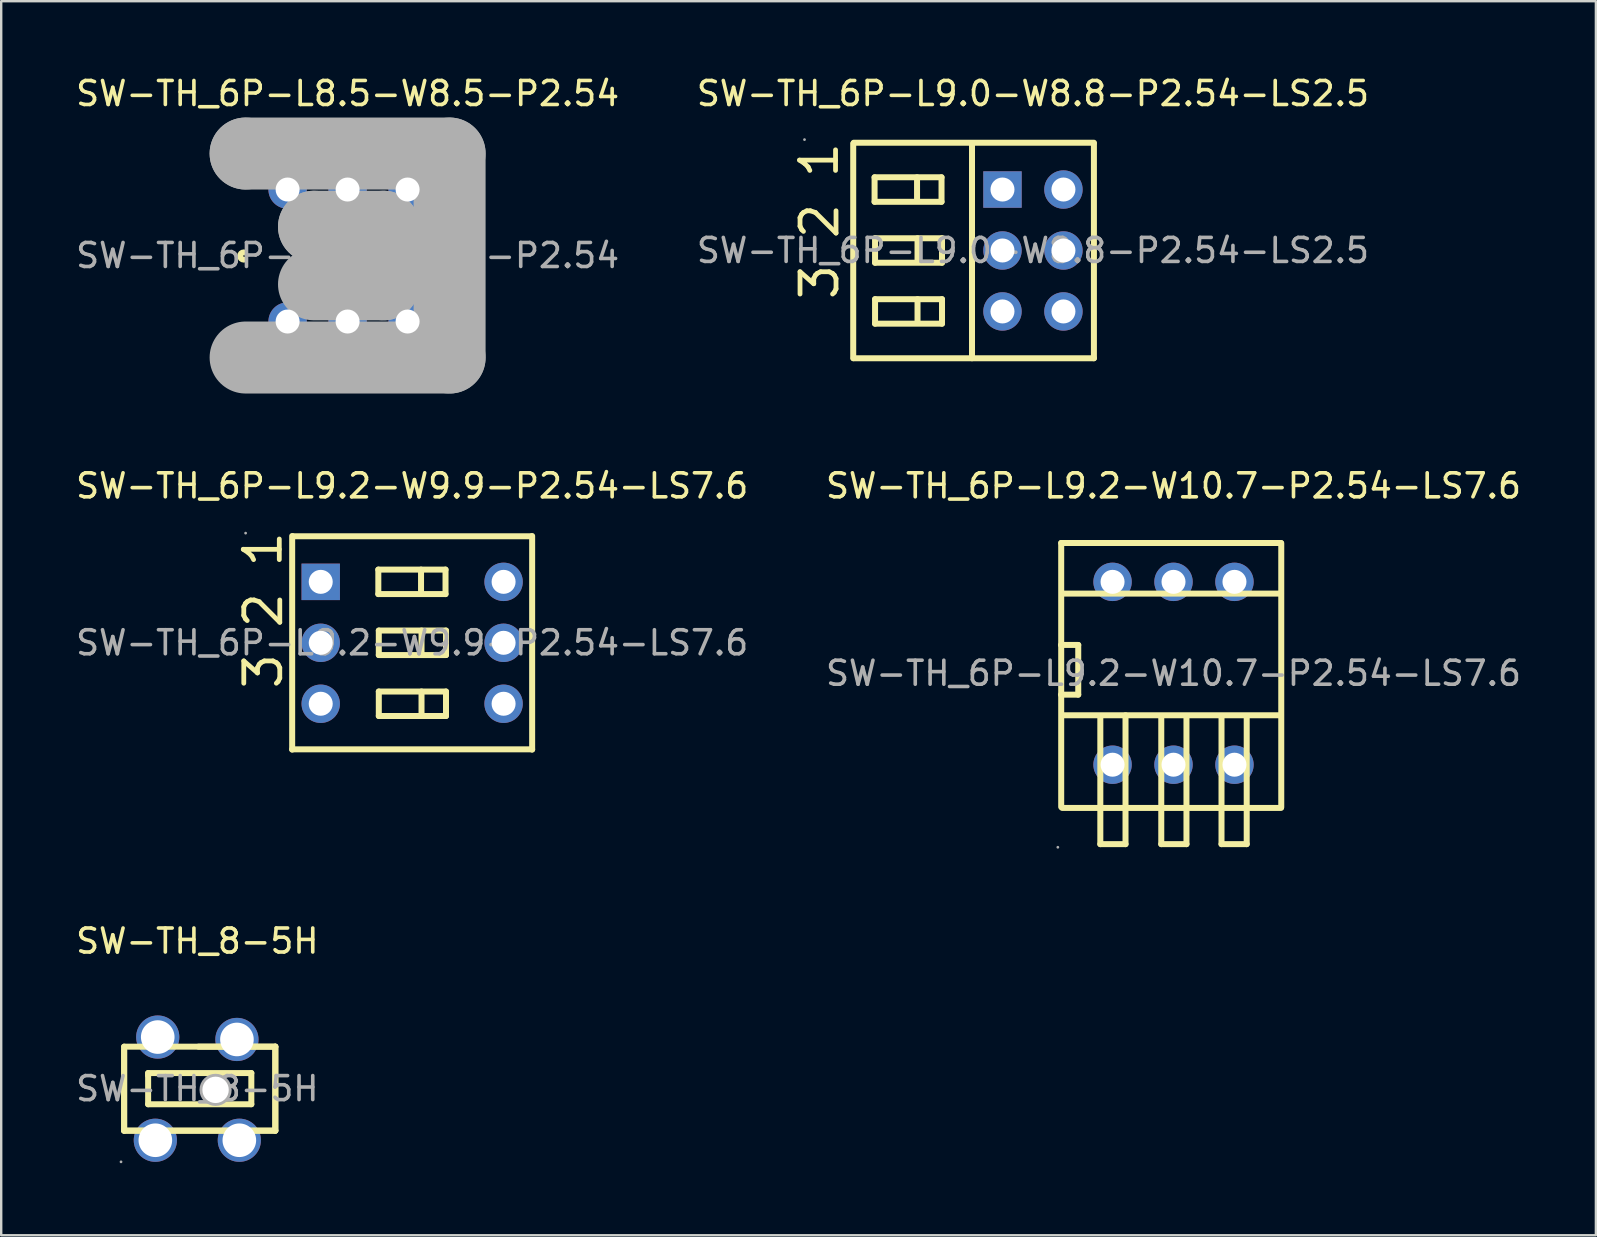
<source format=kicad_pcb>
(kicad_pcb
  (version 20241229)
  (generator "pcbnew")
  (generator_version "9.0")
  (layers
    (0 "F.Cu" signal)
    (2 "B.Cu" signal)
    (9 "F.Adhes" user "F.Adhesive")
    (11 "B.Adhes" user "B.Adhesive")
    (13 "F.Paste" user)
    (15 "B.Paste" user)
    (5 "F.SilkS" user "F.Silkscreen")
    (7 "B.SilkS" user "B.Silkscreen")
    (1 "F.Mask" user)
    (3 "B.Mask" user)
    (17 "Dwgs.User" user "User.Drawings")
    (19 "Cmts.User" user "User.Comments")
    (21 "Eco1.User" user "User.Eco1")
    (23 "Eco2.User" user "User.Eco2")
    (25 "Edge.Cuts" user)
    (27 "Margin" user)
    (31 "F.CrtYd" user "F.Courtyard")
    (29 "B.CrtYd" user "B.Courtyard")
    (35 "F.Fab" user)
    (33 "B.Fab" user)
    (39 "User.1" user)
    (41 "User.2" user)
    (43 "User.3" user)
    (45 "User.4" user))
  (footprint "SW-TH_8-5H"
    (layer "F.Cu")
    (at 5.173 42.315)
    (property "Reference" "SW-TH_8-5H" (at 0 -6.15 0) (layer "F.SilkS") (effects (font (size 1 1) (thickness 0.15))))
    (attr through_hole)
    (fp_line (start -3.05 -1.75) (end 3.25 -1.75) (stroke (width 0.25) (type solid)) (layer "F.SilkS"))
    (fp_line (start -3.05 1.75) (end -3.05 -1.75) (stroke (width 0.25) (type solid)) (layer "F.SilkS"))
    (fp_line (start -3.05 1.75) (end -3.05 -1.62) (stroke (width 0.25) (type solid)) (layer "F.SilkS"))
    (fp_line (start -2.05 -0.65) (end 2.25 -0.65) (stroke (width 0.25) (type solid)) (layer "F.SilkS"))
    (fp_line (start -2.05 -0.55) (end -2.05 -0.65) (stroke (width 0.25) (type solid)) (layer "F.SilkS"))
    (fp_line (start -2.05 0.65) (end -2.05 -0.55) (stroke (width 0.25) (type solid)) (layer "F.SilkS"))
    (fp_line (start 0.05 -1.75) (end 3.25 -1.75) (stroke (width 0.25) (type solid)) (layer "F.SilkS"))
    (fp_line (start 2.25 -0.65) (end 2.25 0.65) (stroke (width 0.25) (type solid)) (layer "F.SilkS"))
    (fp_line (start 2.25 0.65) (end -2.05 0.65) (stroke (width 0.25) (type solid)) (layer "F.SilkS"))
    (fp_line (start 3.25 -1.75) (end 3.25 1.75) (stroke (width 0.25) (type solid)) (layer "F.SilkS"))
    (fp_line (start 3.25 -1.75) (end 3.25 1.75) (stroke (width 0.25) (type solid)) (layer "F.SilkS"))
    (fp_line (start 3.25 1.75) (end -3.05 1.75) (stroke (width 0.25) (type solid)) (layer "F.SilkS"))
    (fp_line (start 3.25 1.75) (end -3.05 1.75) (stroke (width 0.25) (type solid)) (layer "F.SilkS"))
    (fp_circle (center -3.18 3.05) (end -3.15 3.05) (stroke (width 0.06) (type solid)) (fill no) (layer "F.Fab"))
    (fp_circle (center -1.75 2.15) (end -1.45 2.15) (stroke (width 0.6) (type solid)) (fill no) (layer "F.Fab"))
    (fp_circle (center -1.65 -2.15) (end -1.35 -2.15) (stroke (width 0.6) (type solid)) (fill no) (layer "F.Fab"))
    (fp_circle (center 0.76 0.05) (end 0.98 0.05) (stroke (width 0.45) (type solid)) (fill no) (layer "F.Fab"))
    (fp_circle (center 1.65 -2.05) (end 1.95 -2.05) (stroke (width 0.6) (type solid)) (fill no) (layer "F.Fab"))
    (fp_circle (center 1.75 2.15) (end 2.05 2.15) (stroke (width 0.6) (type solid)) (fill no) (layer "F.Fab"))
    (fp_text user "${REFERENCE}" (at 0 0 0) (layer "F.Fab") (effects (font (size 1 1) (thickness 0.15))))
    (pad "" thru_hole circle (at 0.76 0.05) (size 1.1 1.1) (drill 1.1) (layers "*.Cu" "*.Mask"))
    (pad "1" thru_hole circle (at -1.75 2.15) (size 1.8 1.8) (drill 1.4) (layers "*.Cu" "*.Paste" "*.Mask"))
    (pad "1" thru_hole circle (at -1.65 -2.15) (size 1.8 1.8) (drill 1.4) (layers "*.Cu" "*.Paste" "*.Mask"))
    (pad "2" thru_hole circle (at 1.65 -2.05) (size 1.8 1.8) (drill 1.4) (layers "*.Cu" "*.Paste" "*.Mask"))
    (pad "2" thru_hole circle (at 1.75 2.15) (size 1.8 1.8) (drill 1.4) (layers "*.Cu" "*.Paste" "*.Mask")))
  (footprint "SW-TH_6P-L9.2-W9.9-P2.54-LS7.6"
    (layer "F.Cu")
    (at 14.125 23.736)
    (property "Reference" "SW-TH_6P-L9.2-W9.9-P2.54-LS7.6" (at 0 -6.54 0) (layer "F.SilkS") (effects (font (size 1 1) (thickness 0.15))))
    (attr through_hole)
    (fp_line (start -5 -4.45) (end -5 4.45) (stroke (width 0.25) (type solid)) (layer "F.SilkS"))
    (fp_line (start -5 4.44) (end 5 4.44) (stroke (width 0.25) (type solid)) (layer "F.SilkS"))
    (fp_line (start -4.95 -4.44) (end 4.95 -4.44) (stroke (width 0.25) (type solid)) (layer "F.SilkS"))
    (fp_line (start -1.41 -3.05) (end -1.41 -2.03) (stroke (width 0.25) (type solid)) (layer "F.SilkS"))
    (fp_line (start -1.41 -2.03) (end 1.39 -2.03) (stroke (width 0.25) (type solid)) (layer "F.SilkS"))
    (fp_line (start -1.39 -0.51) (end -1.39 0.51) (stroke (width 0.25) (type solid)) (layer "F.SilkS"))
    (fp_line (start -1.39 0.51) (end 1.41 0.51) (stroke (width 0.25) (type solid)) (layer "F.SilkS"))
    (fp_line (start -1.39 2.03) (end -1.39 3.05) (stroke (width 0.25) (type solid)) (layer "F.SilkS"))
    (fp_line (start -1.39 3.05) (end 1.41 3.05) (stroke (width 0.25) (type solid)) (layer "F.SilkS"))
    (fp_line (start 0.37 -3.05) (end 0.37 -2.16) (stroke (width 0.25) (type solid)) (layer "F.SilkS"))
    (fp_line (start 0.39 -0.51) (end 0.39 0.38) (stroke (width 0.25) (type solid)) (layer "F.SilkS"))
    (fp_line (start 0.39 2.03) (end 0.39 2.92) (stroke (width 0.25) (type solid)) (layer "F.SilkS"))
    (fp_line (start 1.39 -3.05) (end -1.41 -3.05) (stroke (width 0.25) (type solid)) (layer "F.SilkS"))
    (fp_line (start 1.39 -2.03) (end 1.39 -3.05) (stroke (width 0.25) (type solid)) (layer "F.SilkS"))
    (fp_line (start 1.41 -0.51) (end -1.39 -0.51) (stroke (width 0.25) (type solid)) (layer "F.SilkS"))
    (fp_line (start 1.41 0.51) (end 1.41 -0.51) (stroke (width 0.25) (type solid)) (layer "F.SilkS"))
    (fp_line (start 1.41 2.03) (end -1.39 2.03) (stroke (width 0.25) (type solid)) (layer "F.SilkS"))
    (fp_line (start 1.41 3.05) (end 1.41 2.03) (stroke (width 0.25) (type solid)) (layer "F.SilkS"))
    (fp_line (start 5 -4.45) (end 5 4.45) (stroke (width 0.25) (type solid)) (layer "F.SilkS"))
    (fp_circle (center -6.94 -4.57) (end -6.91 -4.57) (stroke (width 0.06) (type solid)) (fill no) (layer "F.Fab"))
    (fp_circle (center -3.81 -2.54) (end -3.61 -2.54) (stroke (width 0.4) (type solid)) (fill no) (layer "F.Fab"))
    (fp_circle (center -3.81 0) (end -3.61 0) (stroke (width 0.4) (type solid)) (fill no) (layer "F.Fab"))
    (fp_circle (center -3.81 2.54) (end -3.61 2.54) (stroke (width 0.4) (type solid)) (fill no) (layer "F.Fab"))
    (fp_circle (center 3.81 -2.54) (end 4.01 -2.54) (stroke (width 0.4) (type solid)) (fill no) (layer "F.Fab"))
    (fp_circle (center 3.81 0) (end 4.01 0) (stroke (width 0.4) (type solid)) (fill no) (layer "F.Fab"))
    (fp_circle (center 3.81 2.54) (end 4.01 2.54) (stroke (width 0.4) (type solid)) (fill no) (layer "F.Fab"))
    (fp_text user "2" (at -6.2 -0.51 270) (layer "F.SilkS") (effects (font (size 1.5 1.5) (thickness 0.2)) (justify left)))
    (fp_text user "3" (at -6.2 2.03 270) (layer "F.SilkS") (effects (font (size 1.5 1.5) (thickness 0.2)) (justify left)))
    (fp_text user "1" (at -6.22 -3.05 270) (layer "F.SilkS") (effects (font (size 1.5 1.5) (thickness 0.2)) (justify left)))
    (fp_text user "${REFERENCE}" (at 0 0 0) (layer "F.Fab") (effects (font (size 1 1) (thickness 0.15))))
    (pad "1" thru_hole rect (at -3.81 -2.54) (size 1.6 1.52) (drill 1) (layers "*.Cu" "*.Paste" "*.Mask"))
    (pad "2" thru_hole circle (at -3.81 0) (size 1.6 1.6) (drill 1) (layers "*.Cu" "*.Paste" "*.Mask"))
    (pad "3" thru_hole circle (at -3.81 2.54) (size 1.6 1.6) (drill 1) (layers "*.Cu" "*.Paste" "*.Mask"))
    (pad "4" thru_hole circle (at 3.81 2.54) (size 1.6 1.6) (drill 1) (layers "*.Cu" "*.Paste" "*.Mask"))
    (pad "5" thru_hole circle (at 3.81 0) (size 1.6 1.6) (drill 1) (layers "*.Cu" "*.Paste" "*.Mask"))
    (pad "6" thru_hole circle (at 3.81 -2.54) (size 1.6 1.6) (drill 1) (layers "*.Cu" "*.Paste" "*.Mask")))
  (footprint "SW-TH_6P-L9.2-W10.7-P2.54-LS7.6"
    (layer "F.Cu")
    (at 45.851 25.006)
    (property "Reference" "SW-TH_6P-L9.2-W10.7-P2.54-LS7.6" (at 0 -7.81 0) (layer "F.SilkS") (effects (font (size 1 1) (thickness 0.15))))
    (attr through_hole)
    (fp_line (start -4.69 -1.18) (end -3.97 -1.18) (stroke (width 0.25) (type solid)) (layer "F.SilkS"))
    (fp_line (start -4.68 -5.43) (end -4.68 5.57) (stroke (width 0.25) (type solid)) (layer "F.SilkS"))
    (fp_line (start -4.68 -5.43) (end 4.48 -5.43) (stroke (width 0.25) (type solid)) (layer "F.SilkS"))
    (fp_line (start -4.64 1.75) (end 4.48 1.75) (stroke (width 0.25) (type solid)) (layer "F.SilkS"))
    (fp_line (start -4.63 -3.32) (end 4.48 -3.32) (stroke (width 0.25) (type solid)) (layer "F.SilkS"))
    (fp_line (start -3.97 -1.18) (end -3.97 0.89) (stroke (width 0.25) (type solid)) (layer "F.SilkS"))
    (fp_line (start -3.97 0.89) (end -4.69 0.89) (stroke (width 0.25) (type solid)) (layer "F.SilkS"))
    (fp_line (start -3.05 1.78) (end -3.05 7.12) (stroke (width 0.25) (type solid)) (layer "F.SilkS"))
    (fp_line (start -3.05 7.12) (end -2 7.12) (stroke (width 0.25) (type solid)) (layer "F.SilkS"))
    (fp_line (start -2 7.12) (end -2 1.75) (stroke (width 0.25) (type solid)) (layer "F.SilkS"))
    (fp_line (start -0.51 1.83) (end -0.51 7.12) (stroke (width 0.25) (type solid)) (layer "F.SilkS"))
    (fp_line (start -0.51 7.12) (end 0.54 7.12) (stroke (width 0.25) (type solid)) (layer "F.SilkS"))
    (fp_line (start 0.54 7.12) (end 0.54 1.8) (stroke (width 0.25) (type solid)) (layer "F.SilkS"))
    (fp_line (start 2 1.84) (end 2 7.12) (stroke (width 0.25) (type solid)) (layer "F.SilkS"))
    (fp_line (start 2 7.12) (end 3.05 7.12) (stroke (width 0.25) (type solid)) (layer "F.SilkS"))
    (fp_line (start 3.05 7.12) (end 3.05 1.81) (stroke (width 0.25) (type solid)) (layer "F.SilkS"))
    (fp_line (start 4.48 5.61) (end -4.64 5.61) (stroke (width 0.25) (type solid)) (layer "F.SilkS"))
    (fp_line (start 4.49 5.58) (end 4.49 -5.42) (stroke (width 0.25) (type solid)) (layer "F.SilkS"))
    (fp_circle (center -4.82 7.25) (end -4.79 7.25) (stroke (width 0.06) (type solid)) (fill no) (layer "F.Fab"))
    (fp_circle (center -2.54 -3.81) (end -2.34 -3.81) (stroke (width 0.4) (type solid)) (fill no) (layer "F.Fab"))
    (fp_circle (center -2.54 3.81) (end -2.34 3.81) (stroke (width 0.4) (type solid)) (fill no) (layer "F.Fab"))
    (fp_circle (center 0 -3.81) (end 0.2 -3.81) (stroke (width 0.4) (type solid)) (fill no) (layer "F.Fab"))
    (fp_circle (center 0 3.81) (end 0.2 3.81) (stroke (width 0.4) (type solid)) (fill no) (layer "F.Fab"))
    (fp_circle (center 2.54 -3.81) (end 2.74 -3.81) (stroke (width 0.4) (type solid)) (fill no) (layer "F.Fab"))
    (fp_circle (center 2.54 3.81) (end 2.74 3.81) (stroke (width 0.4) (type solid)) (fill no) (layer "F.Fab"))
    (fp_text user "${REFERENCE}" (at 0 0 0) (layer "F.Fab") (effects (font (size 1 1) (thickness 0.15))))
    (pad "1" thru_hole circle (at -2.54 3.81) (size 1.6 1.6) (drill 1) (layers "*.Cu" "*.Paste" "*.Mask"))
    (pad "2" thru_hole circle (at 0 3.81) (size 1.6 1.6) (drill 1) (layers "*.Cu" "*.Paste" "*.Mask"))
    (pad "3" thru_hole circle (at 2.54 3.81) (size 1.6 1.6) (drill 1) (layers "*.Cu" "*.Paste" "*.Mask"))
    (pad "4" thru_hole circle (at 2.54 -3.81) (size 1.6 1.6) (drill 1) (layers "*.Cu" "*.Paste" "*.Mask"))
    (pad "5" thru_hole circle (at 0 -3.81) (size 1.6 1.6) (drill 1) (layers "*.Cu" "*.Paste" "*.Mask"))
    (pad "6" thru_hole circle (at -2.54 -3.81) (size 1.6 1.6) (drill 1) (layers "*.Cu" "*.Paste" "*.Mask")))
  (footprint "SW-TH_6P-L8.5-W8.5-P2.54"
    (layer "F.Cu")
    (at 11.435 7.598)
    (property "Reference" "SW-TH_6P-L8.5-W8.5-P2.54" (at 0 -6.75 0) (layer "F.SilkS") (effects (font (size 1 1) (thickness 0.15))))
    (attr through_hole)
    (fp_arc (start -4.33 0.17) (mid -4.48 0.02) (end -4.33 -0.13) (stroke (width 0.25) (type solid)) (layer "F.SilkS"))
    (fp_line (start -4.25 -4.25) (end -4.25 -4.25) (stroke (width 3) (type solid)) (layer "F.Fab"))
    (fp_line (start -4.25 -4.25) (end 4.25 -4.25) (stroke (width 3) (type solid)) (layer "F.Fab"))
    (fp_line (start -1.4 -1.2) (end -1.4 -1.2) (stroke (width 3) (type solid)) (layer "F.Fab"))
    (fp_line (start -1.4 -1.2) (end 1.5 -1.2) (stroke (width 3) (type solid)) (layer "F.Fab"))
    (fp_line (start 1.5 -1.2) (end 1.5 1.2) (stroke (width 3) (type solid)) (layer "F.Fab"))
    (fp_line (start 1.5 1.2) (end -1.4 1.2) (stroke (width 3) (type solid)) (layer "F.Fab"))
    (fp_line (start 4.25 -4.25) (end 4.25 4.25) (stroke (width 3) (type solid)) (layer "F.Fab"))
    (fp_line (start 4.25 4.25) (end -4.25 4.25) (stroke (width 3) (type solid)) (layer "F.Fab"))
    (fp_circle (center -4.47 4.38) (end -4.44 4.38) (stroke (width 0.06) (type solid)) (fill no) (layer "F.Fab"))
    (fp_circle (center -2.5 -2.75) (end -2.3 -2.75) (stroke (width 0.4) (type solid)) (fill no) (layer "F.Fab"))
    (fp_circle (center -2.5 2.75) (end -2.3 2.75) (stroke (width 0.4) (type solid)) (fill no) (layer "F.Fab"))
    (fp_circle (center 0 -2.75) (end 0.2 -2.75) (stroke (width 0.4) (type solid)) (fill no) (layer "F.Fab"))
    (fp_circle (center 0 2.75) (end 0.2 2.75) (stroke (width 0.4) (type solid)) (fill no) (layer "F.Fab"))
    (fp_circle (center 2.5 -2.75) (end 2.7 -2.75) (stroke (width 0.4) (type solid)) (fill no) (layer "F.Fab"))
    (fp_circle (center 2.5 2.75) (end 2.7 2.75) (stroke (width 0.4) (type solid)) (fill no) (layer "F.Fab"))
    (fp_text user "${REFERENCE}" (at 0 0 0) (layer "F.Fab") (effects (font (size 1 1) (thickness 0.15))))
    (pad "1" thru_hole circle (at -2.5 2.75) (size 1.6 1.6) (drill 1) (layers "*.Cu" "*.Paste" "*.Mask"))
    (pad "2" thru_hole circle (at 0 2.75) (size 1.6 1.6) (drill 1) (layers "*.Cu" "*.Paste" "*.Mask"))
    (pad "3" thru_hole circle (at 2.5 2.75) (size 1.6 1.6) (drill 1) (layers "*.Cu" "*.Paste" "*.Mask"))
    (pad "4" thru_hole circle (at -2.5 -2.75) (size 1.6 1.6) (drill 1) (layers "*.Cu" "*.Paste" "*.Mask"))
    (pad "5" thru_hole circle (at 0 -2.75) (size 1.6 1.6) (drill 1) (layers "*.Cu" "*.Paste" "*.Mask"))
    (pad "6" thru_hole circle (at 2.5 -2.75) (size 1.6 1.6) (drill 1) (layers "*.Cu" "*.Paste" "*.Mask")))
  (footprint "SW-TH_6P-L9.0-W8.8-P2.54-LS2.5"
    (layer "F.Cu")
    (at 39.994 7.388)
    (property "Reference" "SW-TH_6P-L9.0-W8.8-P2.54-LS2.5" (at 0 -6.54 0) (layer "F.SilkS") (effects (font (size 1 1) (thickness 0.15))))
    (attr through_hole)
    (fp_line (start -7.49 -4.45) (end -7.49 4.49) (stroke (width 0.25) (type solid)) (layer "F.SilkS"))
    (fp_line (start -7.47 -4.49) (end 2.54 -4.49) (stroke (width 0.25) (type solid)) (layer "F.SilkS"))
    (fp_line (start -7.47 4.49) (end 2.54 4.49) (stroke (width 0.25) (type solid)) (layer "F.SilkS"))
    (fp_line (start -6.6 -3.05) (end -6.6 -2.03) (stroke (width 0.25) (type solid)) (layer "F.SilkS"))
    (fp_line (start -6.6 -2.03) (end -3.81 -2.03) (stroke (width 0.25) (type solid)) (layer "F.SilkS"))
    (fp_line (start -6.58 -0.51) (end -6.58 0.51) (stroke (width 0.25) (type solid)) (layer "F.SilkS"))
    (fp_line (start -6.58 0.51) (end -3.79 0.51) (stroke (width 0.25) (type solid)) (layer "F.SilkS"))
    (fp_line (start -6.58 2.03) (end -6.58 3.05) (stroke (width 0.25) (type solid)) (layer "F.SilkS"))
    (fp_line (start -6.58 3.05) (end -3.79 3.05) (stroke (width 0.25) (type solid)) (layer "F.SilkS"))
    (fp_line (start -4.83 -3.05) (end -4.83 -2.16) (stroke (width 0.25) (type solid)) (layer "F.SilkS"))
    (fp_line (start -4.81 -0.51) (end -4.81 0.38) (stroke (width 0.25) (type solid)) (layer "F.SilkS"))
    (fp_line (start -4.81 2.03) (end -4.81 2.92) (stroke (width 0.25) (type solid)) (layer "F.SilkS"))
    (fp_line (start -3.81 -3.05) (end -6.6 -3.05) (stroke (width 0.25) (type solid)) (layer "F.SilkS"))
    (fp_line (start -3.81 -2.03) (end -3.81 -3.05) (stroke (width 0.25) (type solid)) (layer "F.SilkS"))
    (fp_line (start -3.79 -0.51) (end -6.58 -0.51) (stroke (width 0.25) (type solid)) (layer "F.SilkS"))
    (fp_line (start -3.79 0.51) (end -3.79 -0.51) (stroke (width 0.25) (type solid)) (layer "F.SilkS"))
    (fp_line (start -3.79 2.03) (end -6.58 2.03) (stroke (width 0.25) (type solid)) (layer "F.SilkS"))
    (fp_line (start -3.79 3.05) (end -3.79 2.03) (stroke (width 0.25) (type solid)) (layer "F.SilkS"))
    (fp_line (start -2.54 -4.45) (end -2.54 4.49) (stroke (width 0.25) (type solid)) (layer "F.SilkS"))
    (fp_line (start 2.54 4.49) (end 2.54 -4.45) (stroke (width 0.25) (type solid)) (layer "F.SilkS"))
    (fp_circle (center -9.52 -4.62) (end -9.49 -4.62) (stroke (width 0.06) (type solid)) (fill no) (layer "F.Fab"))
    (fp_circle (center -1.27 -2.54) (end -1.07 -2.54) (stroke (width 0.4) (type solid)) (fill no) (layer "F.Fab"))
    (fp_circle (center -1.27 0) (end -1.07 0) (stroke (width 0.4) (type solid)) (fill no) (layer "F.Fab"))
    (fp_circle (center -1.27 2.54) (end -1.07 2.54) (stroke (width 0.4) (type solid)) (fill no) (layer "F.Fab"))
    (fp_circle (center 1.27 -2.54) (end 1.47 -2.54) (stroke (width 0.4) (type solid)) (fill no) (layer "F.Fab"))
    (fp_circle (center 1.27 0) (end 1.47 0) (stroke (width 0.4) (type solid)) (fill no) (layer "F.Fab"))
    (fp_circle (center 1.27 2.54) (end 1.47 2.54) (stroke (width 0.4) (type solid)) (fill no) (layer "F.Fab"))
    (fp_text user "2" (at -8.89 -0.38 270) (layer "F.SilkS") (effects (font (size 1.5 1.5) (thickness 0.2)) (justify left)))
    (fp_text user "3" (at -8.89 2.16 270) (layer "F.SilkS") (effects (font (size 1.5 1.5) (thickness 0.2)) (justify left)))
    (fp_text user "1" (at -8.91 -2.92 270) (layer "F.SilkS") (effects (font (size 1.5 1.5) (thickness 0.2)) (justify left)))
    (fp_text user "${REFERENCE}" (at 0 0 0) (layer "F.Fab") (effects (font (size 1 1) (thickness 0.15))))
    (pad "1" thru_hole rect (at -1.27 -2.54) (size 1.6 1.52) (drill 1) (layers "*.Cu" "*.Paste" "*.Mask"))
    (pad "2" thru_hole circle (at -1.27 0) (size 1.6 1.6) (drill 1) (layers "*.Cu" "*.Paste" "*.Mask"))
    (pad "3" thru_hole circle (at -1.27 2.54) (size 1.6 1.6) (drill 1) (layers "*.Cu" "*.Paste" "*.Mask"))
    (pad "4" thru_hole circle (at 1.27 2.54) (size 1.6 1.6) (drill 1) (layers "*.Cu" "*.Paste" "*.Mask"))
    (pad "5" thru_hole circle (at 1.27 0) (size 1.6 1.6) (drill 1) (layers "*.Cu" "*.Paste" "*.Mask"))
    (pad "6" thru_hole circle (at 1.27 -2.54) (size 1.6 1.6) (drill 1) (layers "*.Cu" "*.Paste" "*.Mask")))
  (gr_rect
    (start -3 -3)
    (end 63.452 48.425)
    (stroke (width 0.1) (type default))
    (fill no)
    (layer "Edge.Cuts")))
</source>
